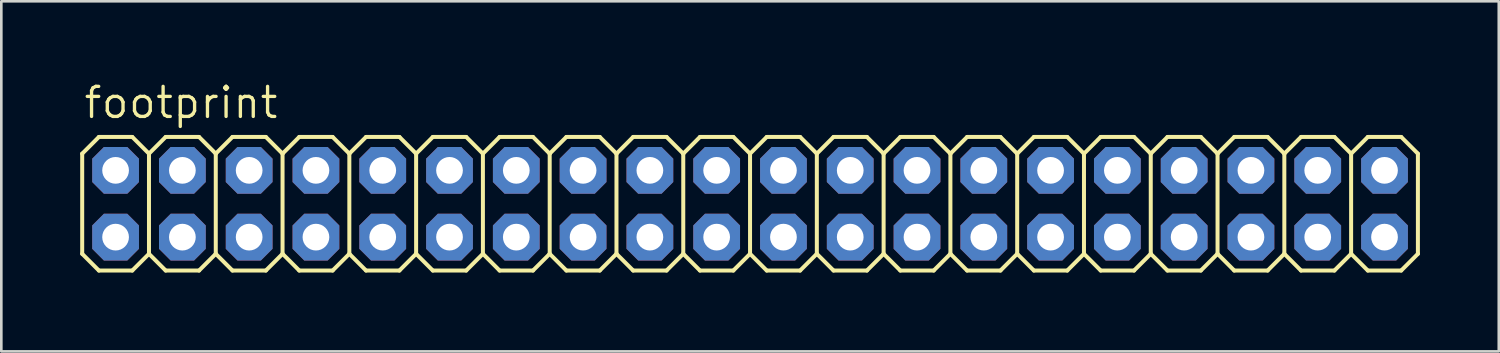
<source format=kicad_pcb>
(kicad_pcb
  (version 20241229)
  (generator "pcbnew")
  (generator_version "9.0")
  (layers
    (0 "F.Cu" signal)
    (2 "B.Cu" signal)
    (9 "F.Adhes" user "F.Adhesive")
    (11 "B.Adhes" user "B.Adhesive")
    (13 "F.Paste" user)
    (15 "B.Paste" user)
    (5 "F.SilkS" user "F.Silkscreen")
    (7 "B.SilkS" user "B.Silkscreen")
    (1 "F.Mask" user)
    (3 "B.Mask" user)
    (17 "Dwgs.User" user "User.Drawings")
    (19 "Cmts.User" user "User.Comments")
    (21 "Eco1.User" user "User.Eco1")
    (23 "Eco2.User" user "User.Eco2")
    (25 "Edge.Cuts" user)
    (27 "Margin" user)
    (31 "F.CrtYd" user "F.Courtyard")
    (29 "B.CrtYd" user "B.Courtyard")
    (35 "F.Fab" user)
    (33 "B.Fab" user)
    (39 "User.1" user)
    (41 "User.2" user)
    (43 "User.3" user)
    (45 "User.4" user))
  (footprint "footprint"
    (layer "F.Cu")
    (at 25.476 4.699)
    (property "Reference" "footprint" (at -25.4 -3.175 0) (layer "F.SilkS") (effects (font (size 1.143 1.143) (thickness 0.127)) (justify left bottom)))
    (fp_line (start -25.4 -1.905) (end -24.765 -2.54) (stroke (width 0.152) (type solid)) (layer "F.SilkS"))
    (fp_line (start -25.4 1.905) (end -25.4 -1.905) (stroke (width 0.152) (type solid)) (layer "F.SilkS"))
    (fp_line (start -25.4 1.905) (end -24.765 2.54) (stroke (width 0.152) (type solid)) (layer "F.SilkS"))
    (fp_line (start -24.765 -2.54) (end -23.495 -2.54) (stroke (width 0.152) (type solid)) (layer "F.SilkS"))
    (fp_line (start -24.765 2.54) (end -23.495 2.54) (stroke (width 0.152) (type solid)) (layer "F.SilkS"))
    (fp_line (start -23.495 -2.54) (end -22.86 -1.905) (stroke (width 0.152) (type solid)) (layer "F.SilkS"))
    (fp_line (start -23.495 2.54) (end -22.86 1.905) (stroke (width 0.152) (type solid)) (layer "F.SilkS"))
    (fp_line (start -22.86 -1.905) (end -22.86 1.905) (stroke (width 0.152) (type solid)) (layer "F.SilkS"))
    (fp_line (start -22.86 -1.905) (end -22.225 -2.54) (stroke (width 0.152) (type solid)) (layer "F.SilkS"))
    (fp_line (start -22.86 1.905) (end -22.225 2.54) (stroke (width 0.152) (type solid)) (layer "F.SilkS"))
    (fp_line (start -22.225 -2.54) (end -20.955 -2.54) (stroke (width 0.152) (type solid)) (layer "F.SilkS"))
    (fp_line (start -22.225 2.54) (end -20.955 2.54) (stroke (width 0.152) (type solid)) (layer "F.SilkS"))
    (fp_line (start -20.955 -2.54) (end -20.32 -1.905) (stroke (width 0.152) (type solid)) (layer "F.SilkS"))
    (fp_line (start -20.955 2.54) (end -20.32 1.905) (stroke (width 0.152) (type solid)) (layer "F.SilkS"))
    (fp_line (start -20.32 -1.905) (end -20.32 1.905) (stroke (width 0.152) (type solid)) (layer "F.SilkS"))
    (fp_line (start -20.32 -1.905) (end -19.685 -2.54) (stroke (width 0.152) (type solid)) (layer "F.SilkS"))
    (fp_line (start -20.32 1.905) (end -19.685 2.54) (stroke (width 0.152) (type solid)) (layer "F.SilkS"))
    (fp_line (start -19.685 -2.54) (end -18.415 -2.54) (stroke (width 0.152) (type solid)) (layer "F.SilkS"))
    (fp_line (start -19.685 2.54) (end -18.415 2.54) (stroke (width 0.152) (type solid)) (layer "F.SilkS"))
    (fp_line (start -18.415 -2.54) (end -17.78 -1.905) (stroke (width 0.152) (type solid)) (layer "F.SilkS"))
    (fp_line (start -18.415 2.54) (end -17.78 1.905) (stroke (width 0.152) (type solid)) (layer "F.SilkS"))
    (fp_line (start -17.78 -1.905) (end -17.78 1.905) (stroke (width 0.152) (type solid)) (layer "F.SilkS"))
    (fp_line (start -17.78 -1.905) (end -17.145 -2.54) (stroke (width 0.152) (type solid)) (layer "F.SilkS"))
    (fp_line (start -17.78 1.905) (end -17.145 2.54) (stroke (width 0.152) (type solid)) (layer "F.SilkS"))
    (fp_line (start -17.145 -2.54) (end -15.875 -2.54) (stroke (width 0.152) (type solid)) (layer "F.SilkS"))
    (fp_line (start -17.145 2.54) (end -15.875 2.54) (stroke (width 0.152) (type solid)) (layer "F.SilkS"))
    (fp_line (start -15.875 -2.54) (end -15.24 -1.905) (stroke (width 0.152) (type solid)) (layer "F.SilkS"))
    (fp_line (start -15.875 2.54) (end -15.24 1.905) (stroke (width 0.152) (type solid)) (layer "F.SilkS"))
    (fp_line (start -15.24 -1.905) (end -15.24 1.905) (stroke (width 0.152) (type solid)) (layer "F.SilkS"))
    (fp_line (start -15.24 -1.905) (end -14.605 -2.54) (stroke (width 0.152) (type solid)) (layer "F.SilkS"))
    (fp_line (start -15.24 1.905) (end -14.605 2.54) (stroke (width 0.152) (type solid)) (layer "F.SilkS"))
    (fp_line (start -14.605 -2.54) (end -13.335 -2.54) (stroke (width 0.152) (type solid)) (layer "F.SilkS"))
    (fp_line (start -14.605 2.54) (end -13.335 2.54) (stroke (width 0.152) (type solid)) (layer "F.SilkS"))
    (fp_line (start -13.335 -2.54) (end -12.7 -1.905) (stroke (width 0.152) (type solid)) (layer "F.SilkS"))
    (fp_line (start -13.335 2.54) (end -12.7 1.905) (stroke (width 0.152) (type solid)) (layer "F.SilkS"))
    (fp_line (start -12.7 -1.905) (end -12.7 1.905) (stroke (width 0.152) (type solid)) (layer "F.SilkS"))
    (fp_line (start -12.7 -1.905) (end -12.065 -2.54) (stroke (width 0.152) (type solid)) (layer "F.SilkS"))
    (fp_line (start -12.7 1.905) (end -12.065 2.54) (stroke (width 0.152) (type solid)) (layer "F.SilkS"))
    (fp_line (start -12.065 -2.54) (end -10.795 -2.54) (stroke (width 0.152) (type solid)) (layer "F.SilkS"))
    (fp_line (start -12.065 2.54) (end -10.795 2.54) (stroke (width 0.152) (type solid)) (layer "F.SilkS"))
    (fp_line (start -10.795 -2.54) (end -10.16 -1.905) (stroke (width 0.152) (type solid)) (layer "F.SilkS"))
    (fp_line (start -10.795 2.54) (end -10.16 1.905) (stroke (width 0.152) (type solid)) (layer "F.SilkS"))
    (fp_line (start -10.16 -1.905) (end -10.16 1.905) (stroke (width 0.152) (type solid)) (layer "F.SilkS"))
    (fp_line (start -10.16 -1.905) (end -9.525 -2.54) (stroke (width 0.152) (type solid)) (layer "F.SilkS"))
    (fp_line (start -10.16 1.905) (end -9.525 2.54) (stroke (width 0.152) (type solid)) (layer "F.SilkS"))
    (fp_line (start -9.525 -2.54) (end -8.255 -2.54) (stroke (width 0.152) (type solid)) (layer "F.SilkS"))
    (fp_line (start -8.255 -2.54) (end -7.62 -1.905) (stroke (width 0.152) (type solid)) (layer "F.SilkS"))
    (fp_line (start -8.255 2.54) (end -9.525 2.54) (stroke (width 0.152) (type solid)) (layer "F.SilkS"))
    (fp_line (start -7.62 -1.905) (end -7.62 1.905) (stroke (width 0.152) (type solid)) (layer "F.SilkS"))
    (fp_line (start -7.62 -1.905) (end -6.985 -2.54) (stroke (width 0.152) (type solid)) (layer "F.SilkS"))
    (fp_line (start -7.62 1.905) (end -8.255 2.54) (stroke (width 0.152) (type solid)) (layer "F.SilkS"))
    (fp_line (start -7.62 1.905) (end -6.985 2.54) (stroke (width 0.152) (type solid)) (layer "F.SilkS"))
    (fp_line (start -6.985 -2.54) (end -5.715 -2.54) (stroke (width 0.152) (type solid)) (layer "F.SilkS"))
    (fp_line (start -5.715 -2.54) (end -5.08 -1.905) (stroke (width 0.152) (type solid)) (layer "F.SilkS"))
    (fp_line (start -5.715 2.54) (end -6.985 2.54) (stroke (width 0.152) (type solid)) (layer "F.SilkS"))
    (fp_line (start -5.08 -1.905) (end -5.08 1.905) (stroke (width 0.152) (type solid)) (layer "F.SilkS"))
    (fp_line (start -5.08 -1.905) (end -4.445 -2.54) (stroke (width 0.152) (type solid)) (layer "F.SilkS"))
    (fp_line (start -5.08 1.905) (end -5.715 2.54) (stroke (width 0.152) (type solid)) (layer "F.SilkS"))
    (fp_line (start -5.08 1.905) (end -4.445 2.54) (stroke (width 0.152) (type solid)) (layer "F.SilkS"))
    (fp_line (start -4.445 -2.54) (end -3.175 -2.54) (stroke (width 0.152) (type solid)) (layer "F.SilkS"))
    (fp_line (start -3.175 -2.54) (end -2.54 -1.905) (stroke (width 0.152) (type solid)) (layer "F.SilkS"))
    (fp_line (start -3.175 2.54) (end -4.445 2.54) (stroke (width 0.152) (type solid)) (layer "F.SilkS"))
    (fp_line (start -2.54 -1.905) (end -2.54 1.905) (stroke (width 0.152) (type solid)) (layer "F.SilkS"))
    (fp_line (start -2.54 -1.905) (end -1.905 -2.54) (stroke (width 0.152) (type solid)) (layer "F.SilkS"))
    (fp_line (start -2.54 1.905) (end -3.175 2.54) (stroke (width 0.152) (type solid)) (layer "F.SilkS"))
    (fp_line (start -2.54 1.905) (end -1.905 2.54) (stroke (width 0.152) (type solid)) (layer "F.SilkS"))
    (fp_line (start -1.905 -2.54) (end -0.635 -2.54) (stroke (width 0.152) (type solid)) (layer "F.SilkS"))
    (fp_line (start -0.635 -2.54) (end 0 -1.905) (stroke (width 0.152) (type solid)) (layer "F.SilkS"))
    (fp_line (start -0.635 2.54) (end -1.905 2.54) (stroke (width 0.152) (type solid)) (layer "F.SilkS"))
    (fp_line (start 0 -1.905) (end 0 1.905) (stroke (width 0.152) (type solid)) (layer "F.SilkS"))
    (fp_line (start 0 -1.905) (end 0.635 -2.54) (stroke (width 0.152) (type solid)) (layer "F.SilkS"))
    (fp_line (start 0 1.905) (end -0.635 2.54) (stroke (width 0.152) (type solid)) (layer "F.SilkS"))
    (fp_line (start 0 1.905) (end 0.635 2.54) (stroke (width 0.152) (type solid)) (layer "F.SilkS"))
    (fp_line (start 0.635 -2.54) (end 1.905 -2.54) (stroke (width 0.152) (type solid)) (layer "F.SilkS"))
    (fp_line (start 1.905 -2.54) (end 2.54 -1.905) (stroke (width 0.152) (type solid)) (layer "F.SilkS"))
    (fp_line (start 1.905 2.54) (end 0.635 2.54) (stroke (width 0.152) (type solid)) (layer "F.SilkS"))
    (fp_line (start 2.54 -1.905) (end 2.54 1.905) (stroke (width 0.152) (type solid)) (layer "F.SilkS"))
    (fp_line (start 2.54 -1.905) (end 3.175 -2.54) (stroke (width 0.152) (type solid)) (layer "F.SilkS"))
    (fp_line (start 2.54 1.905) (end 1.905 2.54) (stroke (width 0.152) (type solid)) (layer "F.SilkS"))
    (fp_line (start 2.54 1.905) (end 3.175 2.54) (stroke (width 0.152) (type solid)) (layer "F.SilkS"))
    (fp_line (start 3.175 -2.54) (end 4.445 -2.54) (stroke (width 0.152) (type solid)) (layer "F.SilkS"))
    (fp_line (start 4.445 2.54) (end 3.175 2.54) (stroke (width 0.152) (type solid)) (layer "F.SilkS"))
    (fp_line (start 5.08 -1.905) (end 4.445 -2.54) (stroke (width 0.152) (type solid)) (layer "F.SilkS"))
    (fp_line (start 5.08 -1.905) (end 5.08 1.905) (stroke (width 0.152) (type solid)) (layer "F.SilkS"))
    (fp_line (start 5.08 -1.905) (end 5.715 -2.54) (stroke (width 0.152) (type solid)) (layer "F.SilkS"))
    (fp_line (start 5.08 1.905) (end 4.445 2.54) (stroke (width 0.152) (type solid)) (layer "F.SilkS"))
    (fp_line (start 5.08 1.905) (end 5.715 2.54) (stroke (width 0.152) (type solid)) (layer "F.SilkS"))
    (fp_line (start 6.985 -2.54) (end 5.715 -2.54) (stroke (width 0.152) (type solid)) (layer "F.SilkS"))
    (fp_line (start 6.985 -2.54) (end 7.62 -1.905) (stroke (width 0.152) (type solid)) (layer "F.SilkS"))
    (fp_line (start 6.985 2.54) (end 5.715 2.54) (stroke (width 0.152) (type solid)) (layer "F.SilkS"))
    (fp_line (start 7.62 -1.905) (end 7.62 1.905) (stroke (width 0.152) (type solid)) (layer "F.SilkS"))
    (fp_line (start 7.62 -1.905) (end 8.255 -2.54) (stroke (width 0.152) (type solid)) (layer "F.SilkS"))
    (fp_line (start 7.62 1.905) (end 6.985 2.54) (stroke (width 0.152) (type solid)) (layer "F.SilkS"))
    (fp_line (start 7.62 1.905) (end 8.255 2.54) (stroke (width 0.152) (type solid)) (layer "F.SilkS"))
    (fp_line (start 9.525 -2.54) (end 8.255 -2.54) (stroke (width 0.152) (type solid)) (layer "F.SilkS"))
    (fp_line (start 9.525 -2.54) (end 10.16 -1.905) (stroke (width 0.152) (type solid)) (layer "F.SilkS"))
    (fp_line (start 9.525 2.54) (end 8.255 2.54) (stroke (width 0.152) (type solid)) (layer "F.SilkS"))
    (fp_line (start 10.16 -1.905) (end 10.16 1.905) (stroke (width 0.152) (type solid)) (layer "F.SilkS"))
    (fp_line (start 10.16 -1.905) (end 10.795 -2.54) (stroke (width 0.152) (type solid)) (layer "F.SilkS"))
    (fp_line (start 10.16 1.905) (end 9.525 2.54) (stroke (width 0.152) (type solid)) (layer "F.SilkS"))
    (fp_line (start 10.795 2.54) (end 10.16 1.905) (stroke (width 0.152) (type solid)) (layer "F.SilkS"))
    (fp_line (start 10.795 2.54) (end 12.065 2.54) (stroke (width 0.152) (type solid)) (layer "F.SilkS"))
    (fp_line (start 12.065 -2.54) (end 10.795 -2.54) (stroke (width 0.152) (type solid)) (layer "F.SilkS"))
    (fp_line (start 12.065 -2.54) (end 12.7 -1.905) (stroke (width 0.152) (type solid)) (layer "F.SilkS"))
    (fp_line (start 12.7 -1.905) (end 12.7 1.905) (stroke (width 0.152) (type solid)) (layer "F.SilkS"))
    (fp_line (start 12.7 -1.905) (end 13.335 -2.54) (stroke (width 0.152) (type solid)) (layer "F.SilkS"))
    (fp_line (start 12.7 1.905) (end 12.065 2.54) (stroke (width 0.152) (type solid)) (layer "F.SilkS"))
    (fp_line (start 13.335 2.54) (end 12.7 1.905) (stroke (width 0.152) (type solid)) (layer "F.SilkS"))
    (fp_line (start 13.335 2.54) (end 14.605 2.54) (stroke (width 0.152) (type solid)) (layer "F.SilkS"))
    (fp_line (start 14.605 -2.54) (end 13.335 -2.54) (stroke (width 0.152) (type solid)) (layer "F.SilkS"))
    (fp_line (start 14.605 -2.54) (end 15.24 -1.905) (stroke (width 0.152) (type solid)) (layer "F.SilkS"))
    (fp_line (start 15.24 -1.905) (end 15.24 1.905) (stroke (width 0.152) (type solid)) (layer "F.SilkS"))
    (fp_line (start 15.24 -1.905) (end 15.875 -2.54) (stroke (width 0.152) (type solid)) (layer "F.SilkS"))
    (fp_line (start 15.24 1.905) (end 14.605 2.54) (stroke (width 0.152) (type solid)) (layer "F.SilkS"))
    (fp_line (start 15.24 1.905) (end 15.875 2.54) (stroke (width 0.152) (type solid)) (layer "F.SilkS"))
    (fp_line (start 17.145 -2.54) (end 15.875 -2.54) (stroke (width 0.152) (type solid)) (layer "F.SilkS"))
    (fp_line (start 17.145 -2.54) (end 17.78 -1.905) (stroke (width 0.152) (type solid)) (layer "F.SilkS"))
    (fp_line (start 17.145 2.54) (end 15.875 2.54) (stroke (width 0.152) (type solid)) (layer "F.SilkS"))
    (fp_line (start 17.78 -1.905) (end 17.78 1.905) (stroke (width 0.152) (type solid)) (layer "F.SilkS"))
    (fp_line (start 17.78 -1.905) (end 18.415 -2.54) (stroke (width 0.152) (type solid)) (layer "F.SilkS"))
    (fp_line (start 17.78 1.905) (end 17.145 2.54) (stroke (width 0.152) (type solid)) (layer "F.SilkS"))
    (fp_line (start 17.78 1.905) (end 18.415 2.54) (stroke (width 0.152) (type solid)) (layer "F.SilkS"))
    (fp_line (start 19.685 -2.54) (end 18.415 -2.54) (stroke (width 0.152) (type solid)) (layer "F.SilkS"))
    (fp_line (start 19.685 -2.54) (end 20.32 -1.905) (stroke (width 0.152) (type solid)) (layer "F.SilkS"))
    (fp_line (start 19.685 2.54) (end 18.415 2.54) (stroke (width 0.152) (type solid)) (layer "F.SilkS"))
    (fp_line (start 20.32 -1.905) (end 20.32 1.905) (stroke (width 0.152) (type solid)) (layer "F.SilkS"))
    (fp_line (start 20.32 -1.905) (end 20.955 -2.54) (stroke (width 0.152) (type solid)) (layer "F.SilkS"))
    (fp_line (start 20.32 1.905) (end 19.685 2.54) (stroke (width 0.152) (type solid)) (layer "F.SilkS"))
    (fp_line (start 20.32 1.905) (end 20.955 2.54) (stroke (width 0.152) (type solid)) (layer "F.SilkS"))
    (fp_line (start 22.225 -2.54) (end 20.955 -2.54) (stroke (width 0.152) (type solid)) (layer "F.SilkS"))
    (fp_line (start 22.225 -2.54) (end 22.86 -1.905) (stroke (width 0.152) (type solid)) (layer "F.SilkS"))
    (fp_line (start 22.225 2.54) (end 20.955 2.54) (stroke (width 0.152) (type solid)) (layer "F.SilkS"))
    (fp_line (start 22.86 -1.905) (end 22.86 1.905) (stroke (width 0.152) (type solid)) (layer "F.SilkS"))
    (fp_line (start 22.86 -1.905) (end 23.495 -2.54) (stroke (width 0.152) (type solid)) (layer "F.SilkS"))
    (fp_line (start 22.86 1.905) (end 22.225 2.54) (stroke (width 0.152) (type solid)) (layer "F.SilkS"))
    (fp_line (start 22.86 1.905) (end 23.495 2.54) (stroke (width 0.152) (type solid)) (layer "F.SilkS"))
    (fp_line (start 24.765 -2.54) (end 23.495 -2.54) (stroke (width 0.152) (type solid)) (layer "F.SilkS"))
    (fp_line (start 24.765 -2.54) (end 25.4 -1.905) (stroke (width 0.152) (type solid)) (layer "F.SilkS"))
    (fp_line (start 24.765 2.54) (end 23.495 2.54) (stroke (width 0.152) (type solid)) (layer "F.SilkS"))
    (fp_line (start 25.4 -1.905) (end 25.4 1.905) (stroke (width 0.152) (type solid)) (layer "F.SilkS"))
    (fp_line (start 25.4 1.905) (end 24.765 2.54) (stroke (width 0.152) (type solid)) (layer "F.SilkS"))
    (fp_poly (pts (xy -24.384 -1.016) (xy -23.876 -1.016) (xy -23.876 -1.524) (xy -24.384 -1.524)) (stroke (width 0.1) (type solid)) (fill no) (layer "F.Fab"))
    (fp_poly (pts (xy -24.384 1.524) (xy -23.876 1.524) (xy -23.876 1.016) (xy -24.384 1.016)) (stroke (width 0.1) (type solid)) (fill no) (layer "F.Fab"))
    (fp_poly (pts (xy -21.844 -1.016) (xy -21.336 -1.016) (xy -21.336 -1.524) (xy -21.844 -1.524)) (stroke (width 0.1) (type solid)) (fill no) (layer "F.Fab"))
    (fp_poly (pts (xy -21.844 1.524) (xy -21.336 1.524) (xy -21.336 1.016) (xy -21.844 1.016)) (stroke (width 0.1) (type solid)) (fill no) (layer "F.Fab"))
    (fp_poly (pts (xy -19.304 -1.016) (xy -18.796 -1.016) (xy -18.796 -1.524) (xy -19.304 -1.524)) (stroke (width 0.1) (type solid)) (fill no) (layer "F.Fab"))
    (fp_poly (pts (xy -19.304 1.524) (xy -18.796 1.524) (xy -18.796 1.016) (xy -19.304 1.016)) (stroke (width 0.1) (type solid)) (fill no) (layer "F.Fab"))
    (fp_poly (pts (xy -16.764 -1.016) (xy -16.256 -1.016) (xy -16.256 -1.524) (xy -16.764 -1.524)) (stroke (width 0.1) (type solid)) (fill no) (layer "F.Fab"))
    (fp_poly (pts (xy -16.764 1.524) (xy -16.256 1.524) (xy -16.256 1.016) (xy -16.764 1.016)) (stroke (width 0.1) (type solid)) (fill no) (layer "F.Fab"))
    (fp_poly (pts (xy -14.224 -1.016) (xy -13.716 -1.016) (xy -13.716 -1.524) (xy -14.224 -1.524)) (stroke (width 0.1) (type solid)) (fill no) (layer "F.Fab"))
    (fp_poly (pts (xy -14.224 1.524) (xy -13.716 1.524) (xy -13.716 1.016) (xy -14.224 1.016)) (stroke (width 0.1) (type solid)) (fill no) (layer "F.Fab"))
    (fp_poly (pts (xy -11.684 -1.016) (xy -11.176 -1.016) (xy -11.176 -1.524) (xy -11.684 -1.524)) (stroke (width 0.1) (type solid)) (fill no) (layer "F.Fab"))
    (fp_poly (pts (xy -11.684 1.524) (xy -11.176 1.524) (xy -11.176 1.016) (xy -11.684 1.016)) (stroke (width 0.1) (type solid)) (fill no) (layer "F.Fab"))
    (fp_poly (pts (xy -9.144 -1.016) (xy -8.636 -1.016) (xy -8.636 -1.524) (xy -9.144 -1.524)) (stroke (width 0.1) (type solid)) (fill no) (layer "F.Fab"))
    (fp_poly (pts (xy -9.144 1.524) (xy -8.636 1.524) (xy -8.636 1.016) (xy -9.144 1.016)) (stroke (width 0.1) (type solid)) (fill no) (layer "F.Fab"))
    (fp_poly (pts (xy -6.604 -1.016) (xy -6.096 -1.016) (xy -6.096 -1.524) (xy -6.604 -1.524)) (stroke (width 0.1) (type solid)) (fill no) (layer "F.Fab"))
    (fp_poly (pts (xy -6.604 1.524) (xy -6.096 1.524) (xy -6.096 1.016) (xy -6.604 1.016)) (stroke (width 0.1) (type solid)) (fill no) (layer "F.Fab"))
    (fp_poly (pts (xy -4.064 -1.016) (xy -3.556 -1.016) (xy -3.556 -1.524) (xy -4.064 -1.524)) (stroke (width 0.1) (type solid)) (fill no) (layer "F.Fab"))
    (fp_poly (pts (xy -4.064 1.524) (xy -3.556 1.524) (xy -3.556 1.016) (xy -4.064 1.016)) (stroke (width 0.1) (type solid)) (fill no) (layer "F.Fab"))
    (fp_poly (pts (xy -1.524 -1.016) (xy -1.016 -1.016) (xy -1.016 -1.524) (xy -1.524 -1.524)) (stroke (width 0.1) (type solid)) (fill no) (layer "F.Fab"))
    (fp_poly (pts (xy -1.524 1.524) (xy -1.016 1.524) (xy -1.016 1.016) (xy -1.524 1.016)) (stroke (width 0.1) (type solid)) (fill no) (layer "F.Fab"))
    (fp_poly (pts (xy 1.016 -1.016) (xy 1.524 -1.016) (xy 1.524 -1.524) (xy 1.016 -1.524)) (stroke (width 0.1) (type solid)) (fill no) (layer "F.Fab"))
    (fp_poly (pts (xy 1.016 1.524) (xy 1.524 1.524) (xy 1.524 1.016) (xy 1.016 1.016)) (stroke (width 0.1) (type solid)) (fill no) (layer "F.Fab"))
    (fp_poly (pts (xy 3.556 -1.016) (xy 4.064 -1.016) (xy 4.064 -1.524) (xy 3.556 -1.524)) (stroke (width 0.1) (type solid)) (fill no) (layer "F.Fab"))
    (fp_poly (pts (xy 3.556 1.524) (xy 4.064 1.524) (xy 4.064 1.016) (xy 3.556 1.016)) (stroke (width 0.1) (type solid)) (fill no) (layer "F.Fab"))
    (fp_poly (pts (xy 6.096 -1.016) (xy 6.604 -1.016) (xy 6.604 -1.524) (xy 6.096 -1.524)) (stroke (width 0.1) (type solid)) (fill no) (layer "F.Fab"))
    (fp_poly (pts (xy 6.096 1.524) (xy 6.604 1.524) (xy 6.604 1.016) (xy 6.096 1.016)) (stroke (width 0.1) (type solid)) (fill no) (layer "F.Fab"))
    (fp_poly (pts (xy 8.636 -1.016) (xy 9.144 -1.016) (xy 9.144 -1.524) (xy 8.636 -1.524)) (stroke (width 0.1) (type solid)) (fill no) (layer "F.Fab"))
    (fp_poly (pts (xy 8.636 1.524) (xy 9.144 1.524) (xy 9.144 1.016) (xy 8.636 1.016)) (stroke (width 0.1) (type solid)) (fill no) (layer "F.Fab"))
    (fp_poly (pts (xy 11.176 -1.016) (xy 11.684 -1.016) (xy 11.684 -1.524) (xy 11.176 -1.524)) (stroke (width 0.1) (type solid)) (fill no) (layer "F.Fab"))
    (fp_poly (pts (xy 11.176 1.524) (xy 11.684 1.524) (xy 11.684 1.016) (xy 11.176 1.016)) (stroke (width 0.1) (type solid)) (fill no) (layer "F.Fab"))
    (fp_poly (pts (xy 13.716 -1.016) (xy 14.224 -1.016) (xy 14.224 -1.524) (xy 13.716 -1.524)) (stroke (width 0.1) (type solid)) (fill no) (layer "F.Fab"))
    (fp_poly (pts (xy 13.716 1.524) (xy 14.224 1.524) (xy 14.224 1.016) (xy 13.716 1.016)) (stroke (width 0.1) (type solid)) (fill no) (layer "F.Fab"))
    (fp_poly (pts (xy 16.256 -1.016) (xy 16.764 -1.016) (xy 16.764 -1.524) (xy 16.256 -1.524)) (stroke (width 0.1) (type solid)) (fill no) (layer "F.Fab"))
    (fp_poly (pts (xy 16.256 1.524) (xy 16.764 1.524) (xy 16.764 1.016) (xy 16.256 1.016)) (stroke (width 0.1) (type solid)) (fill no) (layer "F.Fab"))
    (fp_poly (pts (xy 18.796 -1.016) (xy 19.304 -1.016) (xy 19.304 -1.524) (xy 18.796 -1.524)) (stroke (width 0.1) (type solid)) (fill no) (layer "F.Fab"))
    (fp_poly (pts (xy 18.796 1.524) (xy 19.304 1.524) (xy 19.304 1.016) (xy 18.796 1.016)) (stroke (width 0.1) (type solid)) (fill no) (layer "F.Fab"))
    (fp_poly (pts (xy 21.336 -1.016) (xy 21.844 -1.016) (xy 21.844 -1.524) (xy 21.336 -1.524)) (stroke (width 0.1) (type solid)) (fill no) (layer "F.Fab"))
    (fp_poly (pts (xy 21.336 1.524) (xy 21.844 1.524) (xy 21.844 1.016) (xy 21.336 1.016)) (stroke (width 0.1) (type solid)) (fill no) (layer "F.Fab"))
    (fp_poly (pts (xy 23.876 -1.016) (xy 24.384 -1.016) (xy 24.384 -1.524) (xy 23.876 -1.524)) (stroke (width 0.1) (type solid)) (fill no) (layer "F.Fab"))
    (fp_poly (pts (xy 23.876 1.524) (xy 24.384 1.524) (xy 24.384 1.016) (xy 23.876 1.016)) (stroke (width 0.1) (type solid)) (fill no) (layer "F.Fab"))
    (pad "1" thru_hole roundrect (at -24.13 1.27) (size 1.778 1.778) (drill 1.016) (layers "*.Cu" "*.Mask") (roundrect_rratio 0.25) (chamfer_ratio 0.25) (chamfer top_left top_right bottom_left bottom_right))
    (pad "2" thru_hole roundrect (at -24.13 -1.27) (size 1.778 1.778) (drill 1.016) (layers "*.Cu" "*.Mask") (roundrect_rratio 0.25) (chamfer_ratio 0.25) (chamfer top_left top_right bottom_left bottom_right))
    (pad "3" thru_hole roundrect (at -21.59 1.27) (size 1.778 1.778) (drill 1.016) (layers "*.Cu" "*.Mask") (roundrect_rratio 0.25) (chamfer_ratio 0.25) (chamfer top_left top_right bottom_left bottom_right))
    (pad "4" thru_hole roundrect (at -21.59 -1.27) (size 1.778 1.778) (drill 1.016) (layers "*.Cu" "*.Mask") (roundrect_rratio 0.25) (chamfer_ratio 0.25) (chamfer top_left top_right bottom_left bottom_right))
    (pad "5" thru_hole roundrect (at -19.05 1.27) (size 1.778 1.778) (drill 1.016) (layers "*.Cu" "*.Mask") (roundrect_rratio 0.25) (chamfer_ratio 0.25) (chamfer top_left top_right bottom_left bottom_right))
    (pad "6" thru_hole roundrect (at -19.05 -1.27) (size 1.778 1.778) (drill 1.016) (layers "*.Cu" "*.Mask") (roundrect_rratio 0.25) (chamfer_ratio 0.25) (chamfer top_left top_right bottom_left bottom_right))
    (pad "7" thru_hole roundrect (at -16.51 1.27) (size 1.778 1.778) (drill 1.016) (layers "*.Cu" "*.Mask") (roundrect_rratio 0.25) (chamfer_ratio 0.25) (chamfer top_left top_right bottom_left bottom_right))
    (pad "8" thru_hole roundrect (at -16.51 -1.27) (size 1.778 1.778) (drill 1.016) (layers "*.Cu" "*.Mask") (roundrect_rratio 0.25) (chamfer_ratio 0.25) (chamfer top_left top_right bottom_left bottom_right))
    (pad "9" thru_hole roundrect (at -13.97 1.27) (size 1.778 1.778) (drill 1.016) (layers "*.Cu" "*.Mask") (roundrect_rratio 0.25) (chamfer_ratio 0.25) (chamfer top_left top_right bottom_left bottom_right))
    (pad "10" thru_hole roundrect (at -13.97 -1.27) (size 1.778 1.778) (drill 1.016) (layers "*.Cu" "*.Mask") (roundrect_rratio 0.25) (chamfer_ratio 0.25) (chamfer top_left top_right bottom_left bottom_right))
    (pad "11" thru_hole roundrect (at -11.43 1.27) (size 1.778 1.778) (drill 1.016) (layers "*.Cu" "*.Mask") (roundrect_rratio 0.25) (chamfer_ratio 0.25) (chamfer top_left top_right bottom_left bottom_right))
    (pad "12" thru_hole roundrect (at -11.43 -1.27) (size 1.778 1.778) (drill 1.016) (layers "*.Cu" "*.Mask") (roundrect_rratio 0.25) (chamfer_ratio 0.25) (chamfer top_left top_right bottom_left bottom_right))
    (pad "13" thru_hole roundrect (at -8.89 1.27) (size 1.778 1.778) (drill 1.016) (layers "*.Cu" "*.Mask") (roundrect_rratio 0.25) (chamfer_ratio 0.25) (chamfer top_left top_right bottom_left bottom_right))
    (pad "14" thru_hole roundrect (at -8.89 -1.27) (size 1.778 1.778) (drill 1.016) (layers "*.Cu" "*.Mask") (roundrect_rratio 0.25) (chamfer_ratio 0.25) (chamfer top_left top_right bottom_left bottom_right))
    (pad "15" thru_hole roundrect (at -6.35 1.27) (size 1.778 1.778) (drill 1.016) (layers "*.Cu" "*.Mask") (roundrect_rratio 0.25) (chamfer_ratio 0.25) (chamfer top_left top_right bottom_left bottom_right))
    (pad "16" thru_hole roundrect (at -6.35 -1.27) (size 1.778 1.778) (drill 1.016) (layers "*.Cu" "*.Mask") (roundrect_rratio 0.25) (chamfer_ratio 0.25) (chamfer top_left top_right bottom_left bottom_right))
    (pad "17" thru_hole roundrect (at -3.81 1.27) (size 1.778 1.778) (drill 1.016) (layers "*.Cu" "*.Mask") (roundrect_rratio 0.25) (chamfer_ratio 0.25) (chamfer top_left top_right bottom_left bottom_right))
    (pad "18" thru_hole roundrect (at -3.81 -1.27) (size 1.778 1.778) (drill 1.016) (layers "*.Cu" "*.Mask") (roundrect_rratio 0.25) (chamfer_ratio 0.25) (chamfer top_left top_right bottom_left bottom_right))
    (pad "19" thru_hole roundrect (at -1.27 1.27) (size 1.778 1.778) (drill 1.016) (layers "*.Cu" "*.Mask") (roundrect_rratio 0.25) (chamfer_ratio 0.25) (chamfer top_left top_right bottom_left bottom_right))
    (pad "20" thru_hole roundrect (at -1.27 -1.27) (size 1.778 1.778) (drill 1.016) (layers "*.Cu" "*.Mask") (roundrect_rratio 0.25) (chamfer_ratio 0.25) (chamfer top_left top_right bottom_left bottom_right))
    (pad "21" thru_hole roundrect (at 1.27 1.27) (size 1.778 1.778) (drill 1.016) (layers "*.Cu" "*.Mask") (roundrect_rratio 0.25) (chamfer_ratio 0.25) (chamfer top_left top_right bottom_left bottom_right))
    (pad "22" thru_hole roundrect (at 1.27 -1.27) (size 1.778 1.778) (drill 1.016) (layers "*.Cu" "*.Mask") (roundrect_rratio 0.25) (chamfer_ratio 0.25) (chamfer top_left top_right bottom_left bottom_right))
    (pad "23" thru_hole roundrect (at 3.81 1.27) (size 1.778 1.778) (drill 1.016) (layers "*.Cu" "*.Mask") (roundrect_rratio 0.25) (chamfer_ratio 0.25) (chamfer top_left top_right bottom_left bottom_right))
    (pad "24" thru_hole roundrect (at 3.81 -1.27) (size 1.778 1.778) (drill 1.016) (layers "*.Cu" "*.Mask") (roundrect_rratio 0.25) (chamfer_ratio 0.25) (chamfer top_left top_right bottom_left bottom_right))
    (pad "25" thru_hole roundrect (at 6.35 1.27) (size 1.778 1.778) (drill 1.016) (layers "*.Cu" "*.Mask") (roundrect_rratio 0.25) (chamfer_ratio 0.25) (chamfer top_left top_right bottom_left bottom_right))
    (pad "26" thru_hole roundrect (at 6.35 -1.27) (size 1.778 1.778) (drill 1.016) (layers "*.Cu" "*.Mask") (roundrect_rratio 0.25) (chamfer_ratio 0.25) (chamfer top_left top_right bottom_left bottom_right))
    (pad "27" thru_hole roundrect (at 8.89 1.27) (size 1.778 1.778) (drill 1.016) (layers "*.Cu" "*.Mask") (roundrect_rratio 0.25) (chamfer_ratio 0.25) (chamfer top_left top_right bottom_left bottom_right))
    (pad "28" thru_hole roundrect (at 8.89 -1.27) (size 1.778 1.778) (drill 1.016) (layers "*.Cu" "*.Mask") (roundrect_rratio 0.25) (chamfer_ratio 0.25) (chamfer top_left top_right bottom_left bottom_right))
    (pad "29" thru_hole roundrect (at 11.43 1.27) (size 1.778 1.778) (drill 1.016) (layers "*.Cu" "*.Mask") (roundrect_rratio 0.25) (chamfer_ratio 0.25) (chamfer top_left top_right bottom_left bottom_right))
    (pad "30" thru_hole roundrect (at 11.43 -1.27) (size 1.778 1.778) (drill 1.016) (layers "*.Cu" "*.Mask") (roundrect_rratio 0.25) (chamfer_ratio 0.25) (chamfer top_left top_right bottom_left bottom_right))
    (pad "31" thru_hole roundrect (at 13.97 1.27) (size 1.778 1.778) (drill 1.016) (layers "*.Cu" "*.Mask") (roundrect_rratio 0.25) (chamfer_ratio 0.25) (chamfer top_left top_right bottom_left bottom_right))
    (pad "32" thru_hole roundrect (at 13.97 -1.27) (size 1.778 1.778) (drill 1.016) (layers "*.Cu" "*.Mask") (roundrect_rratio 0.25) (chamfer_ratio 0.25) (chamfer top_left top_right bottom_left bottom_right))
    (pad "33" thru_hole roundrect (at 16.51 1.27) (size 1.778 1.778) (drill 1.016) (layers "*.Cu" "*.Mask") (roundrect_rratio 0.25) (chamfer_ratio 0.25) (chamfer top_left top_right bottom_left bottom_right))
    (pad "34" thru_hole roundrect (at 16.51 -1.27) (size 1.778 1.778) (drill 1.016) (layers "*.Cu" "*.Mask") (roundrect_rratio 0.25) (chamfer_ratio 0.25) (chamfer top_left top_right bottom_left bottom_right))
    (pad "35" thru_hole roundrect (at 19.05 1.27) (size 1.778 1.778) (drill 1.016) (layers "*.Cu" "*.Mask") (roundrect_rratio 0.25) (chamfer_ratio 0.25) (chamfer top_left top_right bottom_left bottom_right))
    (pad "36" thru_hole roundrect (at 19.05 -1.27) (size 1.778 1.778) (drill 1.016) (layers "*.Cu" "*.Mask") (roundrect_rratio 0.25) (chamfer_ratio 0.25) (chamfer top_left top_right bottom_left bottom_right))
    (pad "37" thru_hole roundrect (at 21.59 1.27) (size 1.778 1.778) (drill 1.016) (layers "*.Cu" "*.Mask") (roundrect_rratio 0.25) (chamfer_ratio 0.25) (chamfer top_left top_right bottom_left bottom_right))
    (pad "38" thru_hole roundrect (at 21.59 -1.27) (size 1.778 1.778) (drill 1.016) (layers "*.Cu" "*.Mask") (roundrect_rratio 0.25) (chamfer_ratio 0.25) (chamfer top_left top_right bottom_left bottom_right))
    (pad "39" thru_hole roundrect (at 24.13 1.27) (size 1.778 1.778) (drill 1.016) (layers "*.Cu" "*.Mask") (roundrect_rratio 0.25) (chamfer_ratio 0.25) (chamfer top_left top_right bottom_left bottom_right))
    (pad "40" thru_hole roundrect (at 24.13 -1.27) (size 1.778 1.778) (drill 1.016) (layers "*.Cu" "*.Mask") (roundrect_rratio 0.25) (chamfer_ratio 0.25) (chamfer top_left top_right bottom_left bottom_right)))
  (gr_rect
    (start -3 -3)
    (end 53.952 10.315)
    (stroke (width 0.1) (type default))
    (fill no)
    (layer "Edge.Cuts")))
</source>
